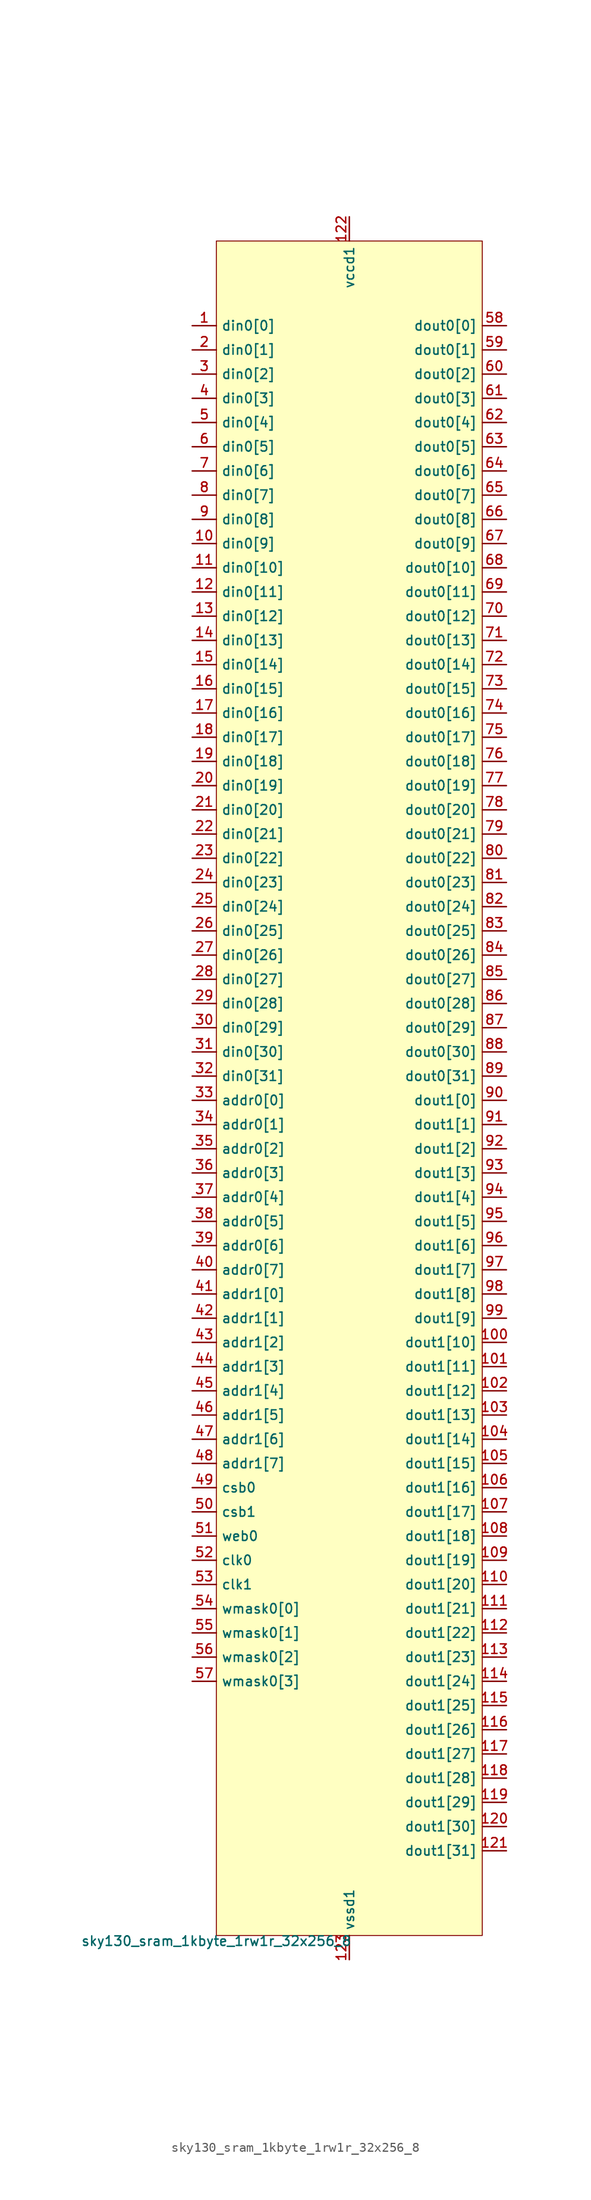
<source format=kicad_sym>
(kicad_symbol_lib
  (version 20211014)
  (generator pdk2kicad)
  (symbol "sky130_sram_1kbyte_1rw1r_32x256_8"
    (property "Reference" "X"
      (at 0 0 0)
      (effects (font (size 1 1)) hide))
    (property "Value" "sky130_sram_1kbyte_1rw1r_32x256_8"
      (at -13.97 -88.9 0)
      (effects (font (size 1 1)) (justify top)))
    (rectangle
      (start -13.97 -88.9)
      (end 13.97 88.9)
      (stroke (width 0.1) (type solid) (color 0 0 0 0))
      (fill (type background)))
    (pin input line
      (at -16.51 80.01 0)
      (length 2.54)
      (name "din0[0]" (effects (font (size 1 1)) hide))
      (number "1" (effects (font (size 1 1)) hide)))
    (pin input line
      (at -16.51 77.47 0)
      (length 2.54)
      (name "din0[1]" (effects (font (size 1 1)) hide))
      (number "2" (effects (font (size 1 1)) hide)))
    (pin input line
      (at -16.51 74.93 0)
      (length 2.54)
      (name "din0[2]" (effects (font (size 1 1)) hide))
      (number "3" (effects (font (size 1 1)) hide)))
    (pin input line
      (at -16.51 72.39 0)
      (length 2.54)
      (name "din0[3]" (effects (font (size 1 1)) hide))
      (number "4" (effects (font (size 1 1)) hide)))
    (pin input line
      (at -16.51 69.85 0)
      (length 2.54)
      (name "din0[4]" (effects (font (size 1 1)) hide))
      (number "5" (effects (font (size 1 1)) hide)))
    (pin input line
      (at -16.51 67.31 0)
      (length 2.54)
      (name "din0[5]" (effects (font (size 1 1)) hide))
      (number "6" (effects (font (size 1 1)) hide)))
    (pin input line
      (at -16.51 64.77 0)
      (length 2.54)
      (name "din0[6]" (effects (font (size 1 1)) hide))
      (number "7" (effects (font (size 1 1)) hide)))
    (pin input line
      (at -16.51 62.23 0)
      (length 2.54)
      (name "din0[7]" (effects (font (size 1 1)) hide))
      (number "8" (effects (font (size 1 1)) hide)))
    (pin input line
      (at -16.51 59.69 0)
      (length 2.54)
      (name "din0[8]" (effects (font (size 1 1)) hide))
      (number "9" (effects (font (size 1 1)) hide)))
    (pin input line
      (at -16.51 57.15 0)
      (length 2.54)
      (name "din0[9]" (effects (font (size 1 1)) hide))
      (number "10" (effects (font (size 1 1)) hide)))
    (pin input line
      (at -16.51 54.61 0)
      (length 2.54)
      (name "din0[10]" (effects (font (size 1 1)) hide))
      (number "11" (effects (font (size 1 1)) hide)))
    (pin input line
      (at -16.51 52.07 0)
      (length 2.54)
      (name "din0[11]" (effects (font (size 1 1)) hide))
      (number "12" (effects (font (size 1 1)) hide)))
    (pin input line
      (at -16.51 49.53 0)
      (length 2.54)
      (name "din0[12]" (effects (font (size 1 1)) hide))
      (number "13" (effects (font (size 1 1)) hide)))
    (pin input line
      (at -16.51 46.99 0)
      (length 2.54)
      (name "din0[13]" (effects (font (size 1 1)) hide))
      (number "14" (effects (font (size 1 1)) hide)))
    (pin input line
      (at -16.51 44.45 0)
      (length 2.54)
      (name "din0[14]" (effects (font (size 1 1)) hide))
      (number "15" (effects (font (size 1 1)) hide)))
    (pin input line
      (at -16.51 41.91 0)
      (length 2.54)
      (name "din0[15]" (effects (font (size 1 1)) hide))
      (number "16" (effects (font (size 1 1)) hide)))
    (pin input line
      (at -16.51 39.37 0)
      (length 2.54)
      (name "din0[16]" (effects (font (size 1 1)) hide))
      (number "17" (effects (font (size 1 1)) hide)))
    (pin input line
      (at -16.51 36.83 0)
      (length 2.54)
      (name "din0[17]" (effects (font (size 1 1)) hide))
      (number "18" (effects (font (size 1 1)) hide)))
    (pin input line
      (at -16.51 34.29 0)
      (length 2.54)
      (name "din0[18]" (effects (font (size 1 1)) hide))
      (number "19" (effects (font (size 1 1)) hide)))
    (pin input line
      (at -16.51 31.75 0)
      (length 2.54)
      (name "din0[19]" (effects (font (size 1 1)) hide))
      (number "20" (effects (font (size 1 1)) hide)))
    (pin input line
      (at -16.51 29.21 0)
      (length 2.54)
      (name "din0[20]" (effects (font (size 1 1)) hide))
      (number "21" (effects (font (size 1 1)) hide)))
    (pin input line
      (at -16.51 26.67 0)
      (length 2.54)
      (name "din0[21]" (effects (font (size 1 1)) hide))
      (number "22" (effects (font (size 1 1)) hide)))
    (pin input line
      (at -16.51 24.13 0)
      (length 2.54)
      (name "din0[22]" (effects (font (size 1 1)) hide))
      (number "23" (effects (font (size 1 1)) hide)))
    (pin input line
      (at -16.51 21.59 0)
      (length 2.54)
      (name "din0[23]" (effects (font (size 1 1)) hide))
      (number "24" (effects (font (size 1 1)) hide)))
    (pin input line
      (at -16.51 19.05 0)
      (length 2.54)
      (name "din0[24]" (effects (font (size 1 1)) hide))
      (number "25" (effects (font (size 1 1)) hide)))
    (pin input line
      (at -16.51 16.51 0)
      (length 2.54)
      (name "din0[25]" (effects (font (size 1 1)) hide))
      (number "26" (effects (font (size 1 1)) hide)))
    (pin input line
      (at -16.51 13.97 0)
      (length 2.54)
      (name "din0[26]" (effects (font (size 1 1)) hide))
      (number "27" (effects (font (size 1 1)) hide)))
    (pin input line
      (at -16.51 11.43 0)
      (length 2.54)
      (name "din0[27]" (effects (font (size 1 1)) hide))
      (number "28" (effects (font (size 1 1)) hide)))
    (pin input line
      (at -16.51 8.89 0)
      (length 2.54)
      (name "din0[28]" (effects (font (size 1 1)) hide))
      (number "29" (effects (font (size 1 1)) hide)))
    (pin input line
      (at -16.51 6.35 0)
      (length 2.54)
      (name "din0[29]" (effects (font (size 1 1)) hide))
      (number "30" (effects (font (size 1 1)) hide)))
    (pin input line
      (at -16.51 3.81 0)
      (length 2.54)
      (name "din0[30]" (effects (font (size 1 1)) hide))
      (number "31" (effects (font (size 1 1)) hide)))
    (pin input line
      (at -16.51 1.27 0)
      (length 2.54)
      (name "din0[31]" (effects (font (size 1 1)) hide))
      (number "32" (effects (font (size 1 1)) hide)))
    (pin input line
      (at -16.51 -1.27 0)
      (length 2.54)
      (name "addr0[0]" (effects (font (size 1 1)) hide))
      (number "33" (effects (font (size 1 1)) hide)))
    (pin input line
      (at -16.51 -3.81 0)
      (length 2.54)
      (name "addr0[1]" (effects (font (size 1 1)) hide))
      (number "34" (effects (font (size 1 1)) hide)))
    (pin input line
      (at -16.51 -6.35 0)
      (length 2.54)
      (name "addr0[2]" (effects (font (size 1 1)) hide))
      (number "35" (effects (font (size 1 1)) hide)))
    (pin input line
      (at -16.51 -8.89 0)
      (length 2.54)
      (name "addr0[3]" (effects (font (size 1 1)) hide))
      (number "36" (effects (font (size 1 1)) hide)))
    (pin input line
      (at -16.51 -11.43 0)
      (length 2.54)
      (name "addr0[4]" (effects (font (size 1 1)) hide))
      (number "37" (effects (font (size 1 1)) hide)))
    (pin input line
      (at -16.51 -13.97 0)
      (length 2.54)
      (name "addr0[5]" (effects (font (size 1 1)) hide))
      (number "38" (effects (font (size 1 1)) hide)))
    (pin input line
      (at -16.51 -16.51 0)
      (length 2.54)
      (name "addr0[6]" (effects (font (size 1 1)) hide))
      (number "39" (effects (font (size 1 1)) hide)))
    (pin input line
      (at -16.51 -19.05 0)
      (length 2.54)
      (name "addr0[7]" (effects (font (size 1 1)) hide))
      (number "40" (effects (font (size 1 1)) hide)))
    (pin input line
      (at -16.51 -21.59 0)
      (length 2.54)
      (name "addr1[0]" (effects (font (size 1 1)) hide))
      (number "41" (effects (font (size 1 1)) hide)))
    (pin input line
      (at -16.51 -24.13 0)
      (length 2.54)
      (name "addr1[1]" (effects (font (size 1 1)) hide))
      (number "42" (effects (font (size 1 1)) hide)))
    (pin input line
      (at -16.51 -26.67 0)
      (length 2.54)
      (name "addr1[2]" (effects (font (size 1 1)) hide))
      (number "43" (effects (font (size 1 1)) hide)))
    (pin input line
      (at -16.51 -29.21 0)
      (length 2.54)
      (name "addr1[3]" (effects (font (size 1 1)) hide))
      (number "44" (effects (font (size 1 1)) hide)))
    (pin input line
      (at -16.51 -31.75 0)
      (length 2.54)
      (name "addr1[4]" (effects (font (size 1 1)) hide))
      (number "45" (effects (font (size 1 1)) hide)))
    (pin input line
      (at -16.51 -34.29 0)
      (length 2.54)
      (name "addr1[5]" (effects (font (size 1 1)) hide))
      (number "46" (effects (font (size 1 1)) hide)))
    (pin input line
      (at -16.51 -36.83 0)
      (length 2.54)
      (name "addr1[6]" (effects (font (size 1 1)) hide))
      (number "47" (effects (font (size 1 1)) hide)))
    (pin input line
      (at -16.51 -39.37 0)
      (length 2.54)
      (name "addr1[7]" (effects (font (size 1 1)) hide))
      (number "48" (effects (font (size 1 1)) hide)))
    (pin input line
      (at -16.51 -41.91 0)
      (length 2.54)
      (name "csb0" (effects (font (size 1 1)) hide))
      (number "49" (effects (font (size 1 1)) hide)))
    (pin input line
      (at -16.51 -44.45 0)
      (length 2.54)
      (name "csb1" (effects (font (size 1 1)) hide))
      (number "50" (effects (font (size 1 1)) hide)))
    (pin input line
      (at -16.51 -46.99 0)
      (length 2.54)
      (name "web0" (effects (font (size 1 1)) hide))
      (number "51" (effects (font (size 1 1)) hide)))
    (pin input line
      (at -16.51 -49.53 0)
      (length 2.54)
      (name "clk0" (effects (font (size 1 1)) hide))
      (number "52" (effects (font (size 1 1)) hide)))
    (pin input line
      (at -16.51 -52.07 0)
      (length 2.54)
      (name "clk1" (effects (font (size 1 1)) hide))
      (number "53" (effects (font (size 1 1)) hide)))
    (pin input line
      (at -16.51 -54.61 0)
      (length 2.54)
      (name "wmask0[0]" (effects (font (size 1 1)) hide))
      (number "54" (effects (font (size 1 1)) hide)))
    (pin input line
      (at -16.51 -57.15 0)
      (length 2.54)
      (name "wmask0[1]" (effects (font (size 1 1)) hide))
      (number "55" (effects (font (size 1 1)) hide)))
    (pin input line
      (at -16.51 -59.69 0)
      (length 2.54)
      (name "wmask0[2]" (effects (font (size 1 1)) hide))
      (number "56" (effects (font (size 1 1)) hide)))
    (pin input line
      (at -16.51 -62.23 0)
      (length 2.54)
      (name "wmask0[3]" (effects (font (size 1 1)) hide))
      (number "57" (effects (font (size 1 1)) hide)))
    (pin output line
      (at 16.51 80.01 180)
      (length 2.54)
      (name "dout0[0]" (effects (font (size 1 1)) hide))
      (number "58" (effects (font (size 1 1)) hide)))
    (pin output line
      (at 16.51 77.47 180)
      (length 2.54)
      (name "dout0[1]" (effects (font (size 1 1)) hide))
      (number "59" (effects (font (size 1 1)) hide)))
    (pin output line
      (at 16.51 74.93 180)
      (length 2.54)
      (name "dout0[2]" (effects (font (size 1 1)) hide))
      (number "60" (effects (font (size 1 1)) hide)))
    (pin output line
      (at 16.51 72.39 180)
      (length 2.54)
      (name "dout0[3]" (effects (font (size 1 1)) hide))
      (number "61" (effects (font (size 1 1)) hide)))
    (pin output line
      (at 16.51 69.85 180)
      (length 2.54)
      (name "dout0[4]" (effects (font (size 1 1)) hide))
      (number "62" (effects (font (size 1 1)) hide)))
    (pin output line
      (at 16.51 67.31 180)
      (length 2.54)
      (name "dout0[5]" (effects (font (size 1 1)) hide))
      (number "63" (effects (font (size 1 1)) hide)))
    (pin output line
      (at 16.51 64.77 180)
      (length 2.54)
      (name "dout0[6]" (effects (font (size 1 1)) hide))
      (number "64" (effects (font (size 1 1)) hide)))
    (pin output line
      (at 16.51 62.23 180)
      (length 2.54)
      (name "dout0[7]" (effects (font (size 1 1)) hide))
      (number "65" (effects (font (size 1 1)) hide)))
    (pin output line
      (at 16.51 59.69 180)
      (length 2.54)
      (name "dout0[8]" (effects (font (size 1 1)) hide))
      (number "66" (effects (font (size 1 1)) hide)))
    (pin output line
      (at 16.51 57.15 180)
      (length 2.54)
      (name "dout0[9]" (effects (font (size 1 1)) hide))
      (number "67" (effects (font (size 1 1)) hide)))
    (pin output line
      (at 16.51 54.61 180)
      (length 2.54)
      (name "dout0[10]" (effects (font (size 1 1)) hide))
      (number "68" (effects (font (size 1 1)) hide)))
    (pin output line
      (at 16.51 52.07 180)
      (length 2.54)
      (name "dout0[11]" (effects (font (size 1 1)) hide))
      (number "69" (effects (font (size 1 1)) hide)))
    (pin output line
      (at 16.51 49.53 180)
      (length 2.54)
      (name "dout0[12]" (effects (font (size 1 1)) hide))
      (number "70" (effects (font (size 1 1)) hide)))
    (pin output line
      (at 16.51 46.99 180)
      (length 2.54)
      (name "dout0[13]" (effects (font (size 1 1)) hide))
      (number "71" (effects (font (size 1 1)) hide)))
    (pin output line
      (at 16.51 44.45 180)
      (length 2.54)
      (name "dout0[14]" (effects (font (size 1 1)) hide))
      (number "72" (effects (font (size 1 1)) hide)))
    (pin output line
      (at 16.51 41.91 180)
      (length 2.54)
      (name "dout0[15]" (effects (font (size 1 1)) hide))
      (number "73" (effects (font (size 1 1)) hide)))
    (pin output line
      (at 16.51 39.37 180)
      (length 2.54)
      (name "dout0[16]" (effects (font (size 1 1)) hide))
      (number "74" (effects (font (size 1 1)) hide)))
    (pin output line
      (at 16.51 36.83 180)
      (length 2.54)
      (name "dout0[17]" (effects (font (size 1 1)) hide))
      (number "75" (effects (font (size 1 1)) hide)))
    (pin output line
      (at 16.51 34.29 180)
      (length 2.54)
      (name "dout0[18]" (effects (font (size 1 1)) hide))
      (number "76" (effects (font (size 1 1)) hide)))
    (pin output line
      (at 16.51 31.75 180)
      (length 2.54)
      (name "dout0[19]" (effects (font (size 1 1)) hide))
      (number "77" (effects (font (size 1 1)) hide)))
    (pin output line
      (at 16.51 29.21 180)
      (length 2.54)
      (name "dout0[20]" (effects (font (size 1 1)) hide))
      (number "78" (effects (font (size 1 1)) hide)))
    (pin output line
      (at 16.51 26.67 180)
      (length 2.54)
      (name "dout0[21]" (effects (font (size 1 1)) hide))
      (number "79" (effects (font (size 1 1)) hide)))
    (pin output line
      (at 16.51 24.13 180)
      (length 2.54)
      (name "dout0[22]" (effects (font (size 1 1)) hide))
      (number "80" (effects (font (size 1 1)) hide)))
    (pin output line
      (at 16.51 21.59 180)
      (length 2.54)
      (name "dout0[23]" (effects (font (size 1 1)) hide))
      (number "81" (effects (font (size 1 1)) hide)))
    (pin output line
      (at 16.51 19.05 180)
      (length 2.54)
      (name "dout0[24]" (effects (font (size 1 1)) hide))
      (number "82" (effects (font (size 1 1)) hide)))
    (pin output line
      (at 16.51 16.51 180)
      (length 2.54)
      (name "dout0[25]" (effects (font (size 1 1)) hide))
      (number "83" (effects (font (size 1 1)) hide)))
    (pin output line
      (at 16.51 13.97 180)
      (length 2.54)
      (name "dout0[26]" (effects (font (size 1 1)) hide))
      (number "84" (effects (font (size 1 1)) hide)))
    (pin output line
      (at 16.51 11.43 180)
      (length 2.54)
      (name "dout0[27]" (effects (font (size 1 1)) hide))
      (number "85" (effects (font (size 1 1)) hide)))
    (pin output line
      (at 16.51 8.89 180)
      (length 2.54)
      (name "dout0[28]" (effects (font (size 1 1)) hide))
      (number "86" (effects (font (size 1 1)) hide)))
    (pin output line
      (at 16.51 6.35 180)
      (length 2.54)
      (name "dout0[29]" (effects (font (size 1 1)) hide))
      (number "87" (effects (font (size 1 1)) hide)))
    (pin output line
      (at 16.51 3.81 180)
      (length 2.54)
      (name "dout0[30]" (effects (font (size 1 1)) hide))
      (number "88" (effects (font (size 1 1)) hide)))
    (pin output line
      (at 16.51 1.27 180)
      (length 2.54)
      (name "dout0[31]" (effects (font (size 1 1)) hide))
      (number "89" (effects (font (size 1 1)) hide)))
    (pin output line
      (at 16.51 -1.27 180)
      (length 2.54)
      (name "dout1[0]" (effects (font (size 1 1)) hide))
      (number "90" (effects (font (size 1 1)) hide)))
    (pin output line
      (at 16.51 -3.81 180)
      (length 2.54)
      (name "dout1[1]" (effects (font (size 1 1)) hide))
      (number "91" (effects (font (size 1 1)) hide)))
    (pin output line
      (at 16.51 -6.35 180)
      (length 2.54)
      (name "dout1[2]" (effects (font (size 1 1)) hide))
      (number "92" (effects (font (size 1 1)) hide)))
    (pin output line
      (at 16.51 -8.89 180)
      (length 2.54)
      (name "dout1[3]" (effects (font (size 1 1)) hide))
      (number "93" (effects (font (size 1 1)) hide)))
    (pin output line
      (at 16.51 -11.43 180)
      (length 2.54)
      (name "dout1[4]" (effects (font (size 1 1)) hide))
      (number "94" (effects (font (size 1 1)) hide)))
    (pin output line
      (at 16.51 -13.97 180)
      (length 2.54)
      (name "dout1[5]" (effects (font (size 1 1)) hide))
      (number "95" (effects (font (size 1 1)) hide)))
    (pin output line
      (at 16.51 -16.51 180)
      (length 2.54)
      (name "dout1[6]" (effects (font (size 1 1)) hide))
      (number "96" (effects (font (size 1 1)) hide)))
    (pin output line
      (at 16.51 -19.05 180)
      (length 2.54)
      (name "dout1[7]" (effects (font (size 1 1)) hide))
      (number "97" (effects (font (size 1 1)) hide)))
    (pin output line
      (at 16.51 -21.59 180)
      (length 2.54)
      (name "dout1[8]" (effects (font (size 1 1)) hide))
      (number "98" (effects (font (size 1 1)) hide)))
    (pin output line
      (at 16.51 -24.13 180)
      (length 2.54)
      (name "dout1[9]" (effects (font (size 1 1)) hide))
      (number "99" (effects (font (size 1 1)) hide)))
    (pin output line
      (at 16.51 -26.67 180)
      (length 2.54)
      (name "dout1[10]" (effects (font (size 1 1)) hide))
      (number "100" (effects (font (size 1 1)) hide)))
    (pin output line
      (at 16.51 -29.21 180)
      (length 2.54)
      (name "dout1[11]" (effects (font (size 1 1)) hide))
      (number "101" (effects (font (size 1 1)) hide)))
    (pin output line
      (at 16.51 -31.75 180)
      (length 2.54)
      (name "dout1[12]" (effects (font (size 1 1)) hide))
      (number "102" (effects (font (size 1 1)) hide)))
    (pin output line
      (at 16.51 -34.29 180)
      (length 2.54)
      (name "dout1[13]" (effects (font (size 1 1)) hide))
      (number "103" (effects (font (size 1 1)) hide)))
    (pin output line
      (at 16.51 -36.83 180)
      (length 2.54)
      (name "dout1[14]" (effects (font (size 1 1)) hide))
      (number "104" (effects (font (size 1 1)) hide)))
    (pin output line
      (at 16.51 -39.37 180)
      (length 2.54)
      (name "dout1[15]" (effects (font (size 1 1)) hide))
      (number "105" (effects (font (size 1 1)) hide)))
    (pin output line
      (at 16.51 -41.91 180)
      (length 2.54)
      (name "dout1[16]" (effects (font (size 1 1)) hide))
      (number "106" (effects (font (size 1 1)) hide)))
    (pin output line
      (at 16.51 -44.45 180)
      (length 2.54)
      (name "dout1[17]" (effects (font (size 1 1)) hide))
      (number "107" (effects (font (size 1 1)) hide)))
    (pin output line
      (at 16.51 -46.99 180)
      (length 2.54)
      (name "dout1[18]" (effects (font (size 1 1)) hide))
      (number "108" (effects (font (size 1 1)) hide)))
    (pin output line
      (at 16.51 -49.53 180)
      (length 2.54)
      (name "dout1[19]" (effects (font (size 1 1)) hide))
      (number "109" (effects (font (size 1 1)) hide)))
    (pin output line
      (at 16.51 -52.07 180)
      (length 2.54)
      (name "dout1[20]" (effects (font (size 1 1)) hide))
      (number "110" (effects (font (size 1 1)) hide)))
    (pin output line
      (at 16.51 -54.61 180)
      (length 2.54)
      (name "dout1[21]" (effects (font (size 1 1)) hide))
      (number "111" (effects (font (size 1 1)) hide)))
    (pin output line
      (at 16.51 -57.15 180)
      (length 2.54)
      (name "dout1[22]" (effects (font (size 1 1)) hide))
      (number "112" (effects (font (size 1 1)) hide)))
    (pin output line
      (at 16.51 -59.69 180)
      (length 2.54)
      (name "dout1[23]" (effects (font (size 1 1)) hide))
      (number "113" (effects (font (size 1 1)) hide)))
    (pin output line
      (at 16.51 -62.23 180)
      (length 2.54)
      (name "dout1[24]" (effects (font (size 1 1)) hide))
      (number "114" (effects (font (size 1 1)) hide)))
    (pin output line
      (at 16.51 -64.77 180)
      (length 2.54)
      (name "dout1[25]" (effects (font (size 1 1)) hide))
      (number "115" (effects (font (size 1 1)) hide)))
    (pin output line
      (at 16.51 -67.31 180)
      (length 2.54)
      (name "dout1[26]" (effects (font (size 1 1)) hide))
      (number "116" (effects (font (size 1 1)) hide)))
    (pin output line
      (at 16.51 -69.85 180)
      (length 2.54)
      (name "dout1[27]" (effects (font (size 1 1)) hide))
      (number "117" (effects (font (size 1 1)) hide)))
    (pin output line
      (at 16.51 -72.39 180)
      (length 2.54)
      (name "dout1[28]" (effects (font (size 1 1)) hide))
      (number "118" (effects (font (size 1 1)) hide)))
    (pin output line
      (at 16.51 -74.93 180)
      (length 2.54)
      (name "dout1[29]" (effects (font (size 1 1)) hide))
      (number "119" (effects (font (size 1 1)) hide)))
    (pin output line
      (at 16.51 -77.47 180)
      (length 2.54)
      (name "dout1[30]" (effects (font (size 1 1)) hide))
      (number "120" (effects (font (size 1 1)) hide)))
    (pin output line
      (at 16.51 -80.01 180)
      (length 2.54)
      (name "dout1[31]" (effects (font (size 1 1)) hide))
      (number "121" (effects (font (size 1 1)) hide)))
    (pin power_in line
      (at 0.0 91.44 270)
      (length 2.54)
      (name "vccd1" (effects (font (size 1 1)) hide))
      (number "122" (effects (font (size 1 1)) hide)))
    (pin power_in line
      (at 0.0 -91.44 90)
      (length 2.54)
      (name "vssd1" (effects (font (size 1 1)) hide))
      (number "123" (effects (font (size 1 1)) hide)))))
</source>
